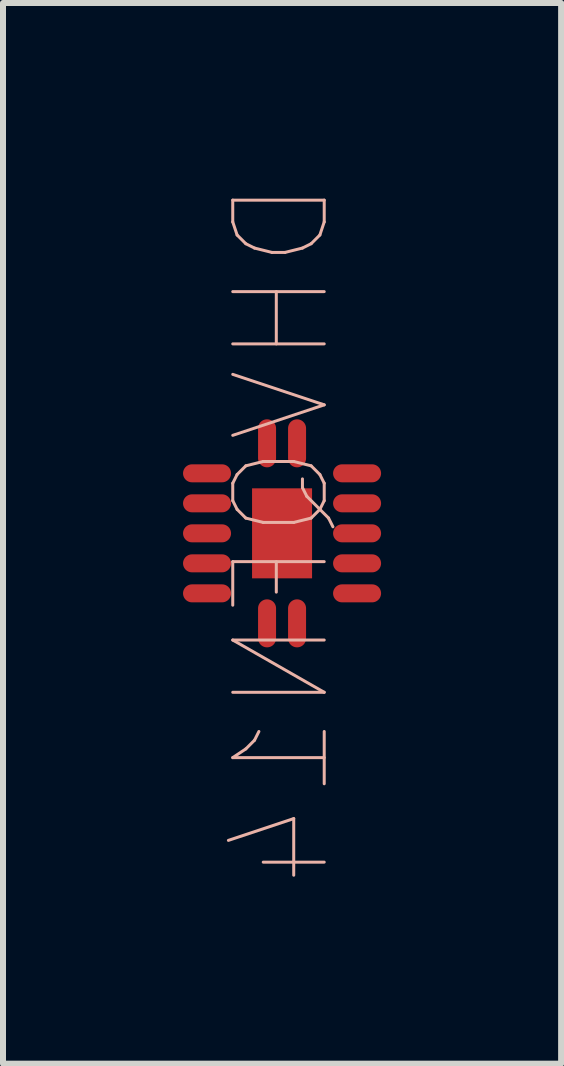
<source format=kicad_pcb>
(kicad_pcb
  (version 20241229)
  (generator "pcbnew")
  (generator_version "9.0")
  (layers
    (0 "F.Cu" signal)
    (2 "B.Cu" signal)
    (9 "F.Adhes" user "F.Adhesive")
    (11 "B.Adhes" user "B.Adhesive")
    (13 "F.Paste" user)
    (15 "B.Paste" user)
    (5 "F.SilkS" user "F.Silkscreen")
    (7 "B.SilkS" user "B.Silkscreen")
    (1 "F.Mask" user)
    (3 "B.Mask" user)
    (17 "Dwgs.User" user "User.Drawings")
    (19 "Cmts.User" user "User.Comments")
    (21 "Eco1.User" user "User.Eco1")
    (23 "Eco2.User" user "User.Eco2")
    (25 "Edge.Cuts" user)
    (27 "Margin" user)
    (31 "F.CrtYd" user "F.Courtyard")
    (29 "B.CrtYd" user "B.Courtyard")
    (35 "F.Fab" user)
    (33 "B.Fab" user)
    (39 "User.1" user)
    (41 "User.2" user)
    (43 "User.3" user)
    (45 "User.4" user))
  (footprint "DHVQFN14"
    (layer "F.Cu")
    (at 1.65 5.837)
    (property "Reference" "DHVQFN14" (at 0 0 90) (layer "B.SilkS") (effects (font (size 1.524 1.524) (thickness 0.05)) (justify mirror)))
    (attr smd)
    (pad "1" smd oval (at -0.25 -1.5) (size 0.3 0.8) (layers "F.Cu" "F.Mask" "F.Paste"))
    (pad "2" smd oval (at -1.25 -1 90) (size 0.3 0.8) (layers "F.Cu" "F.Mask" "F.Paste"))
    (pad "3" smd oval (at -1.25 -0.5 90) (size 0.3 0.8) (layers "F.Cu" "F.Mask" "F.Paste"))
    (pad "4" smd oval (at -1.25 0 90) (size 0.3 0.8) (layers "F.Cu" "F.Mask" "F.Paste"))
    (pad "5" smd oval (at -1.25 0.5 90) (size 0.3 0.8) (layers "F.Cu" "F.Mask" "F.Paste"))
    (pad "6" smd oval (at -1.25 1 90) (size 0.3 0.8) (layers "F.Cu" "F.Mask" "F.Paste"))
    (pad "7" smd oval (at -0.25 1.5) (size 0.3 0.8) (layers "F.Cu" "F.Mask" "F.Paste"))
    (pad "8" smd oval (at 0.25 1.5) (size 0.3 0.8) (layers "F.Cu" "F.Mask" "F.Paste"))
    (pad "9" smd oval (at 1.25 1 90) (size 0.3 0.8) (layers "F.Cu" "F.Mask" "F.Paste"))
    (pad "10" smd oval (at 1.25 0.5 90) (size 0.3 0.8) (layers "F.Cu" "F.Mask" "F.Paste"))
    (pad "11" smd oval (at 1.25 0 90) (size 0.3 0.8) (layers "F.Cu" "F.Mask" "F.Paste"))
    (pad "12" smd oval (at 1.25 -0.5 90) (size 0.3 0.8) (layers "F.Cu" "F.Mask" "F.Paste"))
    (pad "13" smd oval (at 1.25 -1 90) (size 0.3 0.8) (layers "F.Cu" "F.Mask" "F.Paste"))
    (pad "14" smd oval (at 0.25 -1.5) (size 0.3 0.8) (layers "F.Cu" "F.Mask" "F.Paste"))
    (pad "15" smd rect (at 0 0) (size 1 1.5) (layers "F.Cu" "F.Mask" "F.Paste")))
  (gr_rect
    (start -3 -3)
    (end 6.3 14.674)
    (stroke (width 0.1) (type default))
    (fill no)
    (layer "Edge.Cuts")))
</source>
